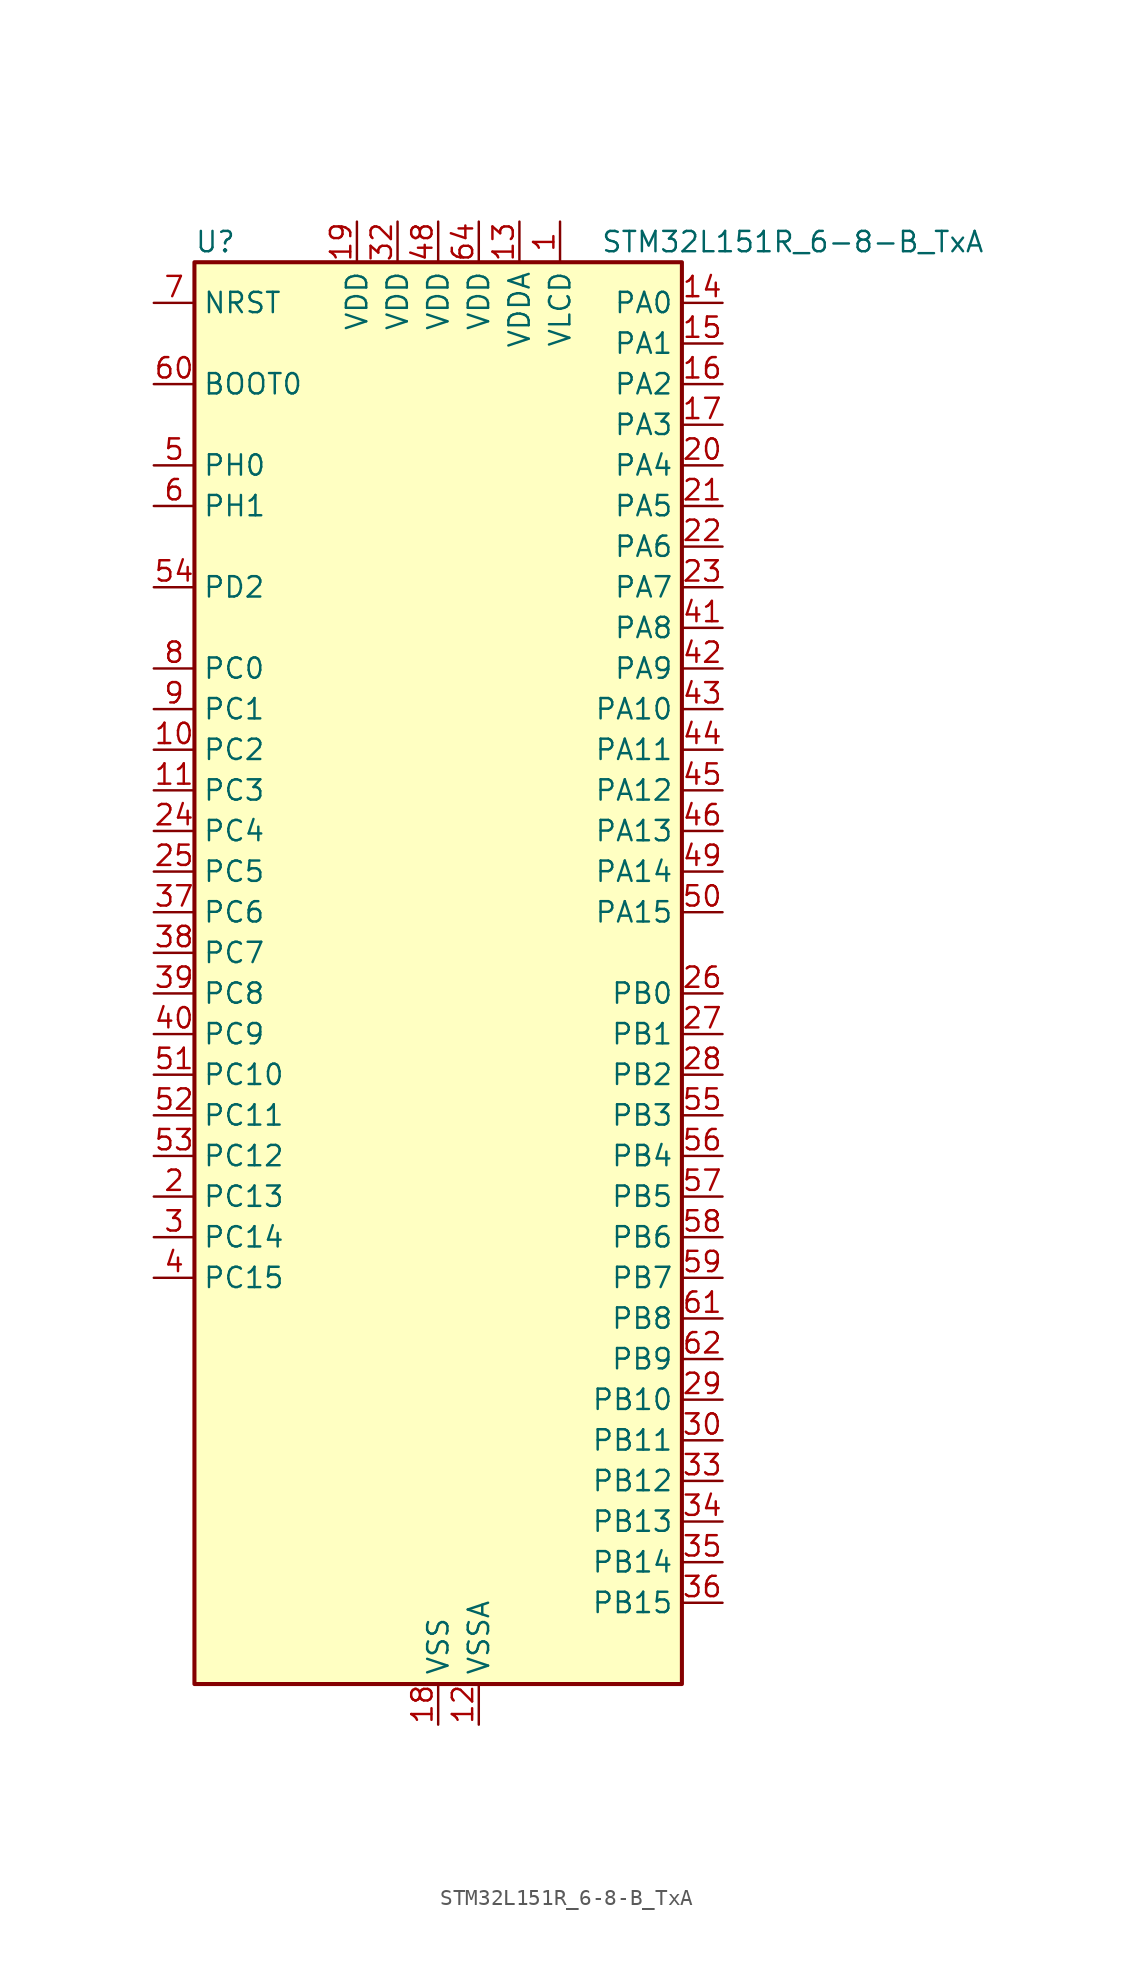
<source format=kicad_sym>
(kicad_symbol_lib
  (version 20231120)
  (generator "kicad_symbol_editor")
  (generator_version "8.0")
  (symbol "STM32L151R_6-8-B_TxA"
    (property "Reference" "U"
      (at -15.24 46.99 0)
      (effects (font (size 1.27 1.27)) (justify left)))
    (property "Value" "STM32L151R_6-8-B_TxA"
      (at 10.16 46.99 0)
      (effects (font (size 1.27 1.27)) (justify left)))
    (property "ki_locked" ""
      (at 0 0 0)
      (effects (font (size 1.27 1.27))))
    (symbol "STM32L151R_6-8-B_TxA_0_1"
      (rectangle (start -15.24 -43.18) (end 15.24 45.72) (stroke (width 0.254) (type default)) (fill (type background))))
    (symbol "STM32L151R_6-8-B_TxA_1_1"
      (pin power_in line (at 7.62 48.26 270) (length 2.54) (name "VLCD" (effects (font (size 1.27 1.27)))) (number "1" (effects (font (size 1.27 1.27)))))
      (pin bidirectional line (at -17.78 15.24 0) (length 2.54) (name "PC2" (effects (font (size 1.27 1.27)))) (number "10" (effects (font (size 1.27 1.27)))) (alternate "ADC_IN12" bidirectional line) (alternate "COMP1_INP" bidirectional line) (alternate "TIMX_IC3" bidirectional line) (alternate "TS_G8_IO3" bidirectional line))
      (pin bidirectional line (at -17.78 12.7 0) (length 2.54) (name "PC3" (effects (font (size 1.27 1.27)))) (number "11" (effects (font (size 1.27 1.27)))) (alternate "ADC_IN13" bidirectional line) (alternate "COMP1_INP" bidirectional line) (alternate "TIMX_IC4" bidirectional line) (alternate "TS_G8_IO4" bidirectional line))
      (pin power_in line (at 2.54 -45.72 90) (length 2.54) (name "VSSA" (effects (font (size 1.27 1.27)))) (number "12" (effects (font (size 1.27 1.27)))))
      (pin power_in line (at 5.08 48.26 270) (length 2.54) (name "VDDA" (effects (font (size 1.27 1.27)))) (number "13" (effects (font (size 1.27 1.27)))))
      (pin bidirectional line (at 17.78 43.18 180) (length 2.54) (name "PA0" (effects (font (size 1.27 1.27)))) (number "14" (effects (font (size 1.27 1.27)))) (alternate "ADC_IN0" bidirectional line) (alternate "COMP1_INP" bidirectional line) (alternate "RTC_TAMP2" bidirectional line) (alternate "SYS_WKUP1" bidirectional line) (alternate "TIM2_CH1" bidirectional line) (alternate "TIM2_ETR" bidirectional line) (alternate "TIMX_IC1" bidirectional line) (alternate "TS_G1_IO1" bidirectional line) (alternate "USART2_CTS" bidirectional line))
      (pin bidirectional line (at 17.78 40.64 180) (length 2.54) (name "PA1" (effects (font (size 1.27 1.27)))) (number "15" (effects (font (size 1.27 1.27)))) (alternate "ADC_IN1" bidirectional line) (alternate "COMP1_INP" bidirectional line) (alternate "TIM2_CH2" bidirectional line) (alternate "TIMX_IC2" bidirectional line) (alternate "TS_G1_IO2" bidirectional line) (alternate "USART2_RTS" bidirectional line))
      (pin bidirectional line (at 17.78 38.1 180) (length 2.54) (name "PA2" (effects (font (size 1.27 1.27)))) (number "16" (effects (font (size 1.27 1.27)))) (alternate "ADC_IN2" bidirectional line) (alternate "COMP1_INP" bidirectional line) (alternate "TIM2_CH3" bidirectional line) (alternate "TIM9_CH1" bidirectional line) (alternate "TIMX_IC3" bidirectional line) (alternate "TS_G1_IO3" bidirectional line) (alternate "USART2_TX" bidirectional line))
      (pin bidirectional line (at 17.78 35.56 180) (length 2.54) (name "PA3" (effects (font (size 1.27 1.27)))) (number "17" (effects (font (size 1.27 1.27)))) (alternate "ADC_IN3" bidirectional line) (alternate "COMP1_INP" bidirectional line) (alternate "TIM2_CH4" bidirectional line) (alternate "TIM9_CH2" bidirectional line) (alternate "TIMX_IC4" bidirectional line) (alternate "TS_G1_IO4" bidirectional line) (alternate "USART2_RX" bidirectional line))
      (pin power_in line (at 0 -45.72 90) (length 2.54) (name "VSS" (effects (font (size 1.27 1.27)))) (number "18" (effects (font (size 1.27 1.27)))))
      (pin power_in line (at -5.08 48.26 270) (length 2.54) (name "VDD" (effects (font (size 1.27 1.27)))) (number "19" (effects (font (size 1.27 1.27)))))
      (pin bidirectional line (at -17.78 -12.7 0) (length 2.54) (name "PC13" (effects (font (size 1.27 1.27)))) (number "2" (effects (font (size 1.27 1.27)))) (alternate "RTC_OUT_ALARM" bidirectional line) (alternate "RTC_OUT_CALIB" bidirectional line) (alternate "RTC_TAMP1" bidirectional line) (alternate "RTC_TS" bidirectional line) (alternate "SYS_WKUP2" bidirectional line) (alternate "TIMX_IC2" bidirectional line))
      (pin bidirectional line (at 17.78 33.02 180) (length 2.54) (name "PA4" (effects (font (size 1.27 1.27)))) (number "20" (effects (font (size 1.27 1.27)))) (alternate "ADC_IN4" bidirectional line) (alternate "COMP1_INP" bidirectional line) (alternate "DAC_OUT1" bidirectional line) (alternate "SPI1_NSS" bidirectional line) (alternate "TIMX_IC1" bidirectional line) (alternate "USART2_CK" bidirectional line))
      (pin bidirectional line (at 17.78 30.48 180) (length 2.54) (name "PA5" (effects (font (size 1.27 1.27)))) (number "21" (effects (font (size 1.27 1.27)))) (alternate "ADC_IN5" bidirectional line) (alternate "COMP1_INP" bidirectional line) (alternate "DAC_OUT2" bidirectional line) (alternate "SPI1_SCK" bidirectional line) (alternate "TIM2_CH1" bidirectional line) (alternate "TIM2_ETR" bidirectional line) (alternate "TIMX_IC2" bidirectional line))
      (pin bidirectional line (at 17.78 27.94 180) (length 2.54) (name "PA6" (effects (font (size 1.27 1.27)))) (number "22" (effects (font (size 1.27 1.27)))) (alternate "ADC_IN6" bidirectional line) (alternate "COMP1_INP" bidirectional line) (alternate "SPI1_MISO" bidirectional line) (alternate "TIM10_CH1" bidirectional line) (alternate "TIM3_CH1" bidirectional line) (alternate "TIMX_IC3" bidirectional line) (alternate "TS_G2_IO1" bidirectional line))
      (pin bidirectional line (at 17.78 25.4 180) (length 2.54) (name "PA7" (effects (font (size 1.27 1.27)))) (number "23" (effects (font (size 1.27 1.27)))) (alternate "ADC_IN7" bidirectional line) (alternate "COMP1_INP" bidirectional line) (alternate "SPI1_MOSI" bidirectional line) (alternate "TIM11_CH1" bidirectional line) (alternate "TIM3_CH2" bidirectional line) (alternate "TIMX_IC4" bidirectional line) (alternate "TS_G2_IO2" bidirectional line))
      (pin bidirectional line (at -17.78 10.16 0) (length 2.54) (name "PC4" (effects (font (size 1.27 1.27)))) (number "24" (effects (font (size 1.27 1.27)))) (alternate "ADC_IN14" bidirectional line) (alternate "COMP1_INP" bidirectional line) (alternate "TIMX_IC1" bidirectional line) (alternate "TS_G9_IO1" bidirectional line))
      (pin bidirectional line (at -17.78 7.62 0) (length 2.54) (name "PC5" (effects (font (size 1.27 1.27)))) (number "25" (effects (font (size 1.27 1.27)))) (alternate "ADC_IN15" bidirectional line) (alternate "COMP1_INP" bidirectional line) (alternate "TIMX_IC2" bidirectional line) (alternate "TS_G9_IO2" bidirectional line))
      (pin bidirectional line (at 17.78 0 180) (length 2.54) (name "PB0" (effects (font (size 1.27 1.27)))) (number "26" (effects (font (size 1.27 1.27)))) (alternate "ADC_IN8" bidirectional line) (alternate "COMP1_INP" bidirectional line) (alternate "SYS_V_REF_OUT" bidirectional line) (alternate "TIM3_CH3" bidirectional line) (alternate "TS_G3_IO1" bidirectional line))
      (pin bidirectional line (at 17.78 -2.54 180) (length 2.54) (name "PB1" (effects (font (size 1.27 1.27)))) (number "27" (effects (font (size 1.27 1.27)))) (alternate "ADC_IN9" bidirectional line) (alternate "COMP1_INP" bidirectional line) (alternate "SYS_V_REF_OUT" bidirectional line) (alternate "TIM3_CH4" bidirectional line) (alternate "TS_G3_IO2" bidirectional line))
      (pin bidirectional line (at 17.78 -5.08 180) (length 2.54) (name "PB2" (effects (font (size 1.27 1.27)))) (number "28" (effects (font (size 1.27 1.27)))) (alternate "TS_G3_IO3" bidirectional line))
      (pin bidirectional line (at 17.78 -25.4 180) (length 2.54) (name "PB10" (effects (font (size 1.27 1.27)))) (number "29" (effects (font (size 1.27 1.27)))) (alternate "I2C2_SCL" bidirectional line) (alternate "TIM2_CH3" bidirectional line) (alternate "USART3_TX" bidirectional line))
      (pin bidirectional line (at -17.78 -15.24 0) (length 2.54) (name "PC14" (effects (font (size 1.27 1.27)))) (number "3" (effects (font (size 1.27 1.27)))) (alternate "RCC_OSC32_IN" bidirectional line) (alternate "TIMX_IC3" bidirectional line))
      (pin bidirectional line (at 17.78 -27.94 180) (length 2.54) (name "PB11" (effects (font (size 1.27 1.27)))) (number "30" (effects (font (size 1.27 1.27)))) (alternate "ADC_EXTI11" bidirectional line) (alternate "I2C2_SDA" bidirectional line) (alternate "TIM2_CH4" bidirectional line) (alternate "USART3_RX" bidirectional line))
      (pin passive line (at 0 -45.72 90) (length 2.54) hide (name "VSS" (effects (font (size 1.27 1.27)))) (number "31" (effects (font (size 1.27 1.27)))))
      (pin power_in line (at -2.54 48.26 270) (length 2.54) (name "VDD" (effects (font (size 1.27 1.27)))) (number "32" (effects (font (size 1.27 1.27)))))
      (pin bidirectional line (at 17.78 -30.48 180) (length 2.54) (name "PB12" (effects (font (size 1.27 1.27)))) (number "33" (effects (font (size 1.27 1.27)))) (alternate "ADC_IN18" bidirectional line) (alternate "COMP1_INP" bidirectional line) (alternate "I2C2_SMBA" bidirectional line) (alternate "SPI2_NSS" bidirectional line) (alternate "TIM10_CH1" bidirectional line) (alternate "TS_G7_IO1" bidirectional line) (alternate "USART3_CK" bidirectional line))
      (pin bidirectional line (at 17.78 -33.02 180) (length 2.54) (name "PB13" (effects (font (size 1.27 1.27)))) (number "34" (effects (font (size 1.27 1.27)))) (alternate "ADC_IN19" bidirectional line) (alternate "COMP1_INP" bidirectional line) (alternate "SPI2_SCK" bidirectional line) (alternate "TIM9_CH1" bidirectional line) (alternate "TS_G7_IO2" bidirectional line) (alternate "USART3_CTS" bidirectional line))
      (pin bidirectional line (at 17.78 -35.56 180) (length 2.54) (name "PB14" (effects (font (size 1.27 1.27)))) (number "35" (effects (font (size 1.27 1.27)))) (alternate "ADC_IN20" bidirectional line) (alternate "COMP1_INP" bidirectional line) (alternate "SPI2_MISO" bidirectional line) (alternate "TIM9_CH2" bidirectional line) (alternate "TS_G7_IO3" bidirectional line) (alternate "USART3_RTS" bidirectional line))
      (pin bidirectional line (at 17.78 -38.1 180) (length 2.54) (name "PB15" (effects (font (size 1.27 1.27)))) (number "36" (effects (font (size 1.27 1.27)))) (alternate "ADC_EXTI15" bidirectional line) (alternate "ADC_IN21" bidirectional line) (alternate "COMP1_INP" bidirectional line) (alternate "RTC_REFIN" bidirectional line) (alternate "SPI2_MOSI" bidirectional line) (alternate "TIM11_CH1" bidirectional line) (alternate "TS_G7_IO4" bidirectional line))
      (pin bidirectional line (at -17.78 5.08 0) (length 2.54) (name "PC6" (effects (font (size 1.27 1.27)))) (number "37" (effects (font (size 1.27 1.27)))) (alternate "TIM3_CH1" bidirectional line) (alternate "TIMX_IC3" bidirectional line) (alternate "TS_G10_IO1" bidirectional line))
      (pin bidirectional line (at -17.78 2.54 0) (length 2.54) (name "PC7" (effects (font (size 1.27 1.27)))) (number "38" (effects (font (size 1.27 1.27)))) (alternate "TIM3_CH2" bidirectional line) (alternate "TIMX_IC4" bidirectional line) (alternate "TS_G10_IO2" bidirectional line))
      (pin bidirectional line (at -17.78 0 0) (length 2.54) (name "PC8" (effects (font (size 1.27 1.27)))) (number "39" (effects (font (size 1.27 1.27)))) (alternate "TIM3_CH3" bidirectional line) (alternate "TIMX_IC1" bidirectional line) (alternate "TS_G10_IO3" bidirectional line))
      (pin bidirectional line (at -17.78 -17.78 0) (length 2.54) (name "PC15" (effects (font (size 1.27 1.27)))) (number "4" (effects (font (size 1.27 1.27)))) (alternate "ADC_EXTI15" bidirectional line) (alternate "RCC_OSC32_OUT" bidirectional line) (alternate "TIMX_IC4" bidirectional line))
      (pin bidirectional line (at -17.78 -2.54 0) (length 2.54) (name "PC9" (effects (font (size 1.27 1.27)))) (number "40" (effects (font (size 1.27 1.27)))) (alternate "DAC_EXTI9" bidirectional line) (alternate "TIM3_CH4" bidirectional line) (alternate "TIMX_IC2" bidirectional line) (alternate "TS_G10_IO4" bidirectional line))
      (pin bidirectional line (at 17.78 22.86 180) (length 2.54) (name "PA8" (effects (font (size 1.27 1.27)))) (number "41" (effects (font (size 1.27 1.27)))) (alternate "RCC_MCO" bidirectional line) (alternate "TIMX_IC1" bidirectional line) (alternate "TS_G4_IO1" bidirectional line) (alternate "USART1_CK" bidirectional line))
      (pin bidirectional line (at 17.78 20.32 180) (length 2.54) (name "PA9" (effects (font (size 1.27 1.27)))) (number "42" (effects (font (size 1.27 1.27)))) (alternate "DAC_EXTI9" bidirectional line) (alternate "TIMX_IC2" bidirectional line) (alternate "TS_G4_IO2" bidirectional line) (alternate "USART1_TX" bidirectional line))
      (pin bidirectional line (at 17.78 17.78 180) (length 2.54) (name "PA10" (effects (font (size 1.27 1.27)))) (number "43" (effects (font (size 1.27 1.27)))) (alternate "TIMX_IC3" bidirectional line) (alternate "TS_G4_IO3" bidirectional line) (alternate "USART1_RX" bidirectional line))
      (pin bidirectional line (at 17.78 15.24 180) (length 2.54) (name "PA11" (effects (font (size 1.27 1.27)))) (number "44" (effects (font (size 1.27 1.27)))) (alternate "ADC_EXTI11" bidirectional line) (alternate "SPI1_MISO" bidirectional line) (alternate "TIMX_IC4" bidirectional line) (alternate "USART1_CTS" bidirectional line) (alternate "USB_DM" bidirectional line))
      (pin bidirectional line (at 17.78 12.7 180) (length 2.54) (name "PA12" (effects (font (size 1.27 1.27)))) (number "45" (effects (font (size 1.27 1.27)))) (alternate "SPI1_MOSI" bidirectional line) (alternate "TIMX_IC1" bidirectional line) (alternate "USART1_RTS" bidirectional line) (alternate "USB_DP" bidirectional line))
      (pin bidirectional line (at 17.78 10.16 180) (length 2.54) (name "PA13" (effects (font (size 1.27 1.27)))) (number "46" (effects (font (size 1.27 1.27)))) (alternate "SYS_JTMS-SWDIO" bidirectional line) (alternate "TIMX_IC2" bidirectional line) (alternate "TS_G5_IO1" bidirectional line))
      (pin passive line (at 0 -45.72 90) (length 2.54) hide (name "VSS" (effects (font (size 1.27 1.27)))) (number "47" (effects (font (size 1.27 1.27)))))
      (pin power_in line (at 0 48.26 270) (length 2.54) (name "VDD" (effects (font (size 1.27 1.27)))) (number "48" (effects (font (size 1.27 1.27)))))
      (pin bidirectional line (at 17.78 7.62 180) (length 2.54) (name "PA14" (effects (font (size 1.27 1.27)))) (number "49" (effects (font (size 1.27 1.27)))) (alternate "SYS_JTCK-SWCLK" bidirectional line) (alternate "TIMX_IC3" bidirectional line) (alternate "TS_G5_IO2" bidirectional line))
      (pin bidirectional line (at -17.78 33.02 0) (length 2.54) (name "PH0" (effects (font (size 1.27 1.27)))) (number "5" (effects (font (size 1.27 1.27)))) (alternate "RCC_OSC_IN" bidirectional line))
      (pin bidirectional line (at 17.78 5.08 180) (length 2.54) (name "PA15" (effects (font (size 1.27 1.27)))) (number "50" (effects (font (size 1.27 1.27)))) (alternate "ADC_EXTI15" bidirectional line) (alternate "SPI1_NSS" bidirectional line) (alternate "SYS_JTDI" bidirectional line) (alternate "TIM2_CH1" bidirectional line) (alternate "TIM2_ETR" bidirectional line) (alternate "TIMX_IC4" bidirectional line) (alternate "TS_G5_IO3" bidirectional line))
      (pin bidirectional line (at -17.78 -5.08 0) (length 2.54) (name "PC10" (effects (font (size 1.27 1.27)))) (number "51" (effects (font (size 1.27 1.27)))) (alternate "TIMX_IC3" bidirectional line) (alternate "USART3_TX" bidirectional line))
      (pin bidirectional line (at -17.78 -7.62 0) (length 2.54) (name "PC11" (effects (font (size 1.27 1.27)))) (number "52" (effects (font (size 1.27 1.27)))) (alternate "ADC_EXTI11" bidirectional line) (alternate "TIMX_IC4" bidirectional line) (alternate "USART3_RX" bidirectional line))
      (pin bidirectional line (at -17.78 -10.16 0) (length 2.54) (name "PC12" (effects (font (size 1.27 1.27)))) (number "53" (effects (font (size 1.27 1.27)))) (alternate "TIMX_IC1" bidirectional line) (alternate "USART3_CK" bidirectional line))
      (pin bidirectional line (at -17.78 25.4 0) (length 2.54) (name "PD2" (effects (font (size 1.27 1.27)))) (number "54" (effects (font (size 1.27 1.27)))) (alternate "TIM3_ETR" bidirectional line) (alternate "TIMX_IC3" bidirectional line))
      (pin bidirectional line (at 17.78 -7.62 180) (length 2.54) (name "PB3" (effects (font (size 1.27 1.27)))) (number "55" (effects (font (size 1.27 1.27)))) (alternate "COMP2_INM" bidirectional line) (alternate "SPI1_SCK" bidirectional line) (alternate "SYS_JTDO-TRACESWO" bidirectional line) (alternate "TIM2_CH2" bidirectional line))
      (pin bidirectional line (at 17.78 -10.16 180) (length 2.54) (name "PB4" (effects (font (size 1.27 1.27)))) (number "56" (effects (font (size 1.27 1.27)))) (alternate "COMP2_INP" bidirectional line) (alternate "SPI1_MISO" bidirectional line) (alternate "SYS_JTRST" bidirectional line) (alternate "TIM3_CH1" bidirectional line) (alternate "TS_G6_IO1" bidirectional line))
      (pin bidirectional line (at 17.78 -12.7 180) (length 2.54) (name "PB5" (effects (font (size 1.27 1.27)))) (number "57" (effects (font (size 1.27 1.27)))) (alternate "COMP2_INP" bidirectional line) (alternate "I2C1_SMBA" bidirectional line) (alternate "SPI1_MOSI" bidirectional line) (alternate "TIM3_CH2" bidirectional line) (alternate "TS_G6_IO2" bidirectional line))
      (pin bidirectional line (at 17.78 -15.24 180) (length 2.54) (name "PB6" (effects (font (size 1.27 1.27)))) (number "58" (effects (font (size 1.27 1.27)))) (alternate "I2C1_SCL" bidirectional line) (alternate "TIM4_CH1" bidirectional line) (alternate "TS_G6_IO3" bidirectional line) (alternate "USART1_TX" bidirectional line))
      (pin bidirectional line (at 17.78 -17.78 180) (length 2.54) (name "PB7" (effects (font (size 1.27 1.27)))) (number "59" (effects (font (size 1.27 1.27)))) (alternate "I2C1_SDA" bidirectional line) (alternate "SYS_PVD_IN" bidirectional line) (alternate "TIM4_CH2" bidirectional line) (alternate "TS_G6_IO4" bidirectional line) (alternate "USART1_RX" bidirectional line))
      (pin bidirectional line (at -17.78 30.48 0) (length 2.54) (name "PH1" (effects (font (size 1.27 1.27)))) (number "6" (effects (font (size 1.27 1.27)))) (alternate "RCC_OSC_OUT" bidirectional line))
      (pin input line (at -17.78 38.1 0) (length 2.54) (name "BOOT0" (effects (font (size 1.27 1.27)))) (number "60" (effects (font (size 1.27 1.27)))))
      (pin bidirectional line (at 17.78 -20.32 180) (length 2.54) (name "PB8" (effects (font (size 1.27 1.27)))) (number "61" (effects (font (size 1.27 1.27)))) (alternate "I2C1_SCL" bidirectional line) (alternate "TIM10_CH1" bidirectional line) (alternate "TIM4_CH3" bidirectional line))
      (pin bidirectional line (at 17.78 -22.86 180) (length 2.54) (name "PB9" (effects (font (size 1.27 1.27)))) (number "62" (effects (font (size 1.27 1.27)))) (alternate "DAC_EXTI9" bidirectional line) (alternate "I2C1_SDA" bidirectional line) (alternate "TIM11_CH1" bidirectional line) (alternate "TIM4_CH4" bidirectional line))
      (pin passive line (at 0 -45.72 90) (length 2.54) hide (name "VSS" (effects (font (size 1.27 1.27)))) (number "63" (effects (font (size 1.27 1.27)))))
      (pin power_in line (at 2.54 48.26 270) (length 2.54) (name "VDD" (effects (font (size 1.27 1.27)))) (number "64" (effects (font (size 1.27 1.27)))))
      (pin input line (at -17.78 43.18 0) (length 2.54) (name "NRST" (effects (font (size 1.27 1.27)))) (number "7" (effects (font (size 1.27 1.27)))))
      (pin bidirectional line (at -17.78 20.32 0) (length 2.54) (name "PC0" (effects (font (size 1.27 1.27)))) (number "8" (effects (font (size 1.27 1.27)))) (alternate "ADC_IN10" bidirectional line) (alternate "COMP1_INP" bidirectional line) (alternate "TIMX_IC1" bidirectional line) (alternate "TS_G8_IO1" bidirectional line))
      (pin bidirectional line (at -17.78 17.78 0) (length 2.54) (name "PC1" (effects (font (size 1.27 1.27)))) (number "9" (effects (font (size 1.27 1.27)))) (alternate "ADC_IN11" bidirectional line) (alternate "COMP1_INP" bidirectional line) (alternate "TIMX_IC2" bidirectional line) (alternate "TS_G8_IO2" bidirectional line)))))
</source>
